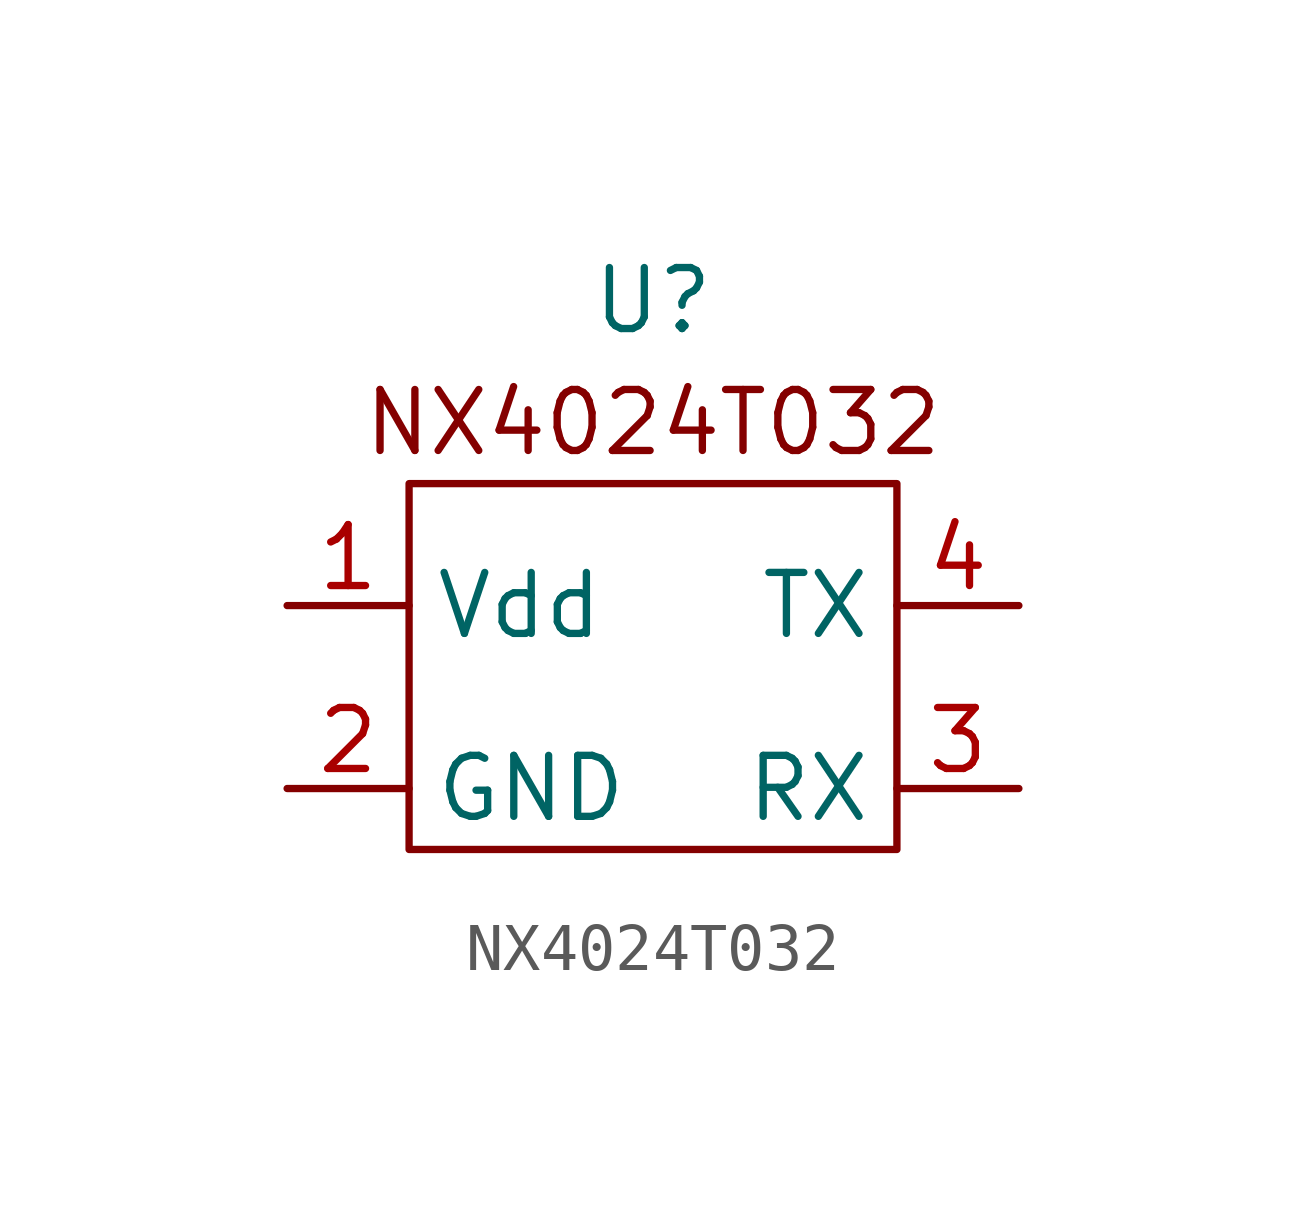
<source format=kicad_sym>
(kicad_symbol_lib
  (version 20220914)
  (generator kicad_symbol_editor)
  (symbol "NX4024T032"
    (property "Reference" "U"
      (at 0 8.89 0)
      (effects (font (size 1.27 1.27))))
    (property "Value" ""
      (at 0 0 0)
      (effects (font (size 1.27 1.27))))
    (symbol "NX4024T032_0_1"
      (rectangle (start -5.08 5.08) (end 5.08 -2.54) (stroke (width 0) (type default)) (fill (type none)))
      (text "NX4024T032" (at 0 6.35 0) (effects (font (size 1.27 1.27)))))
    (symbol "NX4024T032_1_1"
      (pin power_in line (at -7.62 2.54 0) (length 2.54) (name "Vdd" (effects (font (size 1.27 1.27)))) (number "1" (effects (font (size 1.27 1.27)))))
      (pin power_in line (at -7.62 -1.27 0) (length 2.54) (name "GND" (effects (font (size 1.27 1.27)))) (number "2" (effects (font (size 1.27 1.27)))))
      (pin input line (at 7.62 -1.27 180) (length 2.54) (name "RX" (effects (font (size 1.27 1.27)))) (number "3" (effects (font (size 1.27 1.27)))))
      (pin output line (at 7.62 2.54 180) (length 2.54) (name "TX" (effects (font (size 1.27 1.27)))) (number "4" (effects (font (size 1.27 1.27))))))))
</source>
